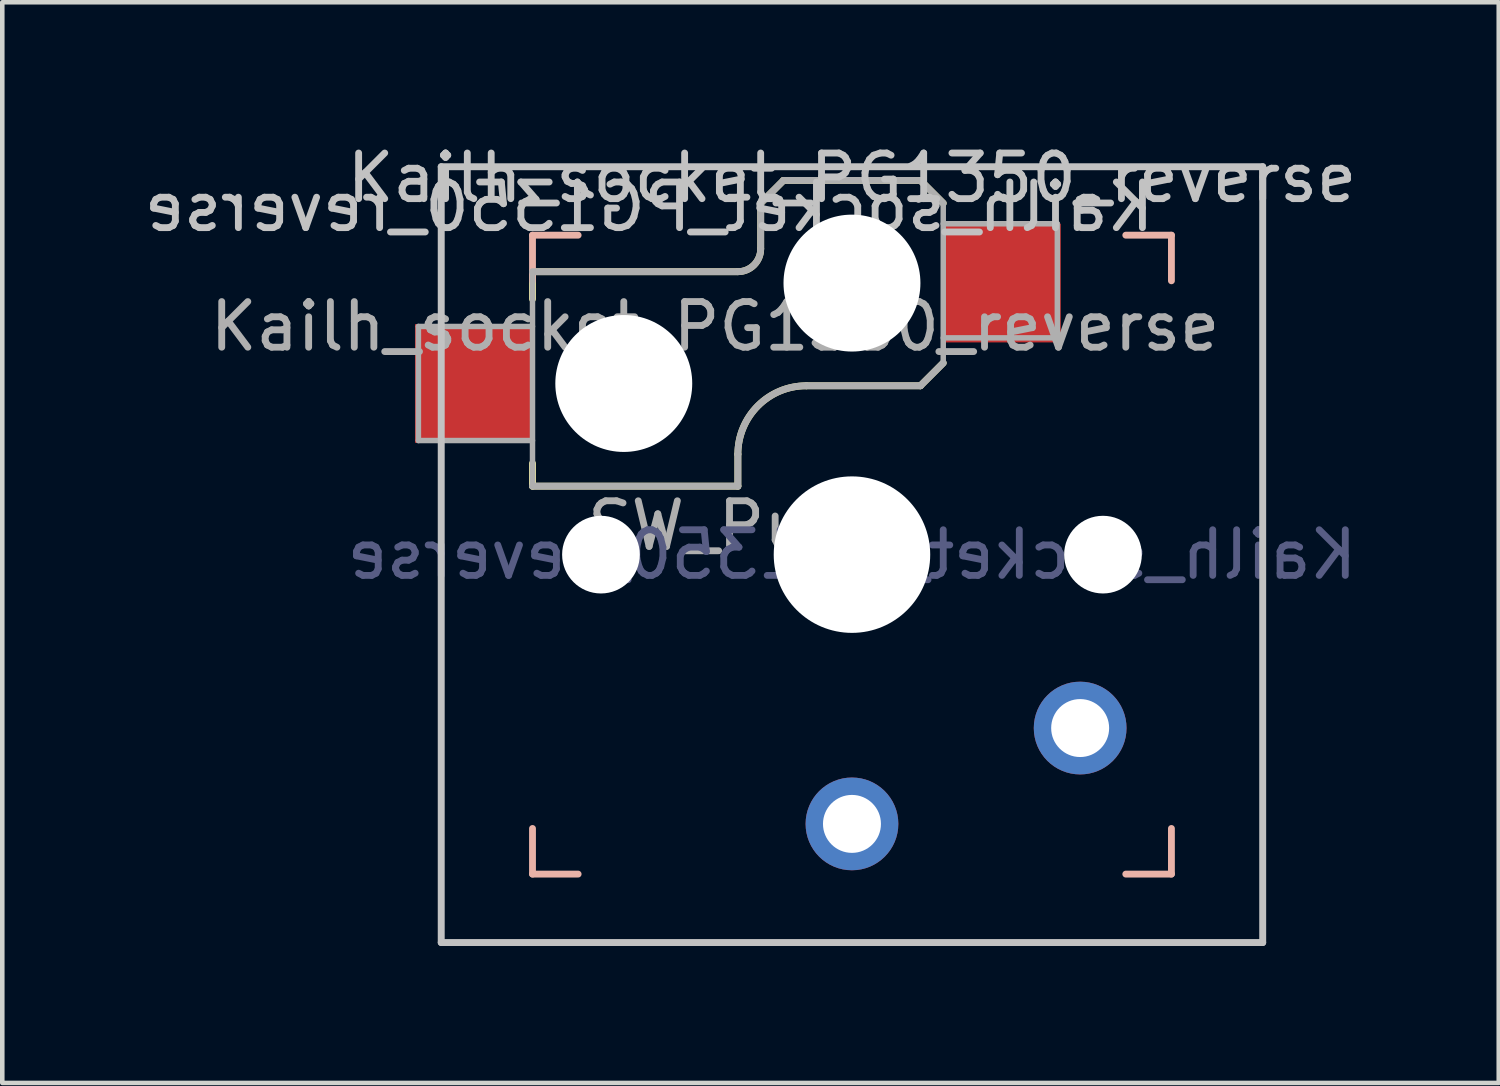
<source format=kicad_pcb>
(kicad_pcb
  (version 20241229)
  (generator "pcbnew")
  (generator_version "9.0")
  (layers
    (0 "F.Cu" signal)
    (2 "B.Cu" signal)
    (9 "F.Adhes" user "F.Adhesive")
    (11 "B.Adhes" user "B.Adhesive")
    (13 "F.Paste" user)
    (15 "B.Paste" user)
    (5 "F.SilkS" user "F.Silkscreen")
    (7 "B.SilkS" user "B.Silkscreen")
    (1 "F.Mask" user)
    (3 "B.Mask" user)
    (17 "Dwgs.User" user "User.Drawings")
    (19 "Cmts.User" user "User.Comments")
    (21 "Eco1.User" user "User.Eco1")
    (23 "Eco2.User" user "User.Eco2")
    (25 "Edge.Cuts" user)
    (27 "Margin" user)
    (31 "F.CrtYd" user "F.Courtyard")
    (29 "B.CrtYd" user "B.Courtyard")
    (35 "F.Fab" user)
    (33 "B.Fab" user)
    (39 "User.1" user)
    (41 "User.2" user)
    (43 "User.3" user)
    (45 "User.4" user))
  (footprint "Kailh_socket_PG1350_reverse"
    (layer "F.Cu")
    (at 15.618 9.103)
    (property "Reference" "Kailh_socket_PG1350_reverse" (at 0 -8.255 0) (layer "Dwgs.User") (effects (font (size 1 1) (thickness 0.15))))
    (property "Value" "SW_Push" (at 0 8.25 0) (layer "B.Fab") (hide yes) (effects (font (size 1 1) (thickness 0.15)) (justify mirror)))
    (attr through_hole)
    (fp_line (start -7 -6.2) (end -7 -5.6) (stroke (width 0.15) (type solid)) (layer "F.SilkS"))
    (fp_line (start -7 -2) (end -7 -1.5) (stroke (width 0.15) (type solid)) (layer "F.SilkS"))
    (fp_line (start -7 -1.5) (end -2.5 -1.5) (stroke (width 0.15) (type solid)) (layer "F.SilkS"))
    (fp_line (start -2.5 -6.2) (end -7 -6.2) (stroke (width 0.15) (type solid)) (layer "F.SilkS"))
    (fp_line (start -2.5 -1.5) (end -2.5 -2.2) (stroke (width 0.15) (type solid)) (layer "F.SilkS"))
    (fp_line (start -2 -7.7) (end -2 -6.7) (stroke (width 0.15) (type solid)) (layer "F.SilkS"))
    (fp_line (start -2 -7.7) (end -1.5 -8.2) (stroke (width 0.15) (type solid)) (layer "F.SilkS"))
    (fp_line (start -1.5 -8.2) (end 1.5 -8.2) (stroke (width 0.15) (type solid)) (layer "F.SilkS"))
    (fp_line (start -1 -3.7) (end 1.5 -3.7) (stroke (width 0.15) (type solid)) (layer "F.SilkS"))
    (fp_line (start 1.5 -8.2) (end 2 -7.7) (stroke (width 0.15) (type solid)) (layer "F.SilkS"))
    (fp_line (start 1.5 -3.7) (end 2 -4.2) (stroke (width 0.15) (type solid)) (layer "F.SilkS"))
    (fp_arc (start -2.5 -2.2) (mid -2.06066 -3.26066) (end -1 -3.7) (stroke (width 0.15) (type solid)) (layer "F.SilkS"))
    (fp_arc (start -2 -6.7) (mid -2.146447 -6.346447) (end -2.5 -6.2) (stroke (width 0.15) (type solid)) (layer "F.SilkS"))
    (fp_line (start -7 -6) (end -7 -7) (stroke (width 0.15) (type solid)) (layer "B.SilkS"))
    (fp_line (start -7 7) (end -7 6) (stroke (width 0.15) (type solid)) (layer "B.SilkS"))
    (fp_line (start -7 7) (end -6 7) (stroke (width 0.15) (type solid)) (layer "B.SilkS"))
    (fp_line (start -6 -7) (end -7 -7) (stroke (width 0.15) (type solid)) (layer "B.SilkS"))
    (fp_line (start 6 7) (end 7 7) (stroke (width 0.15) (type solid)) (layer "B.SilkS"))
    (fp_line (start 7 -7) (end 6 -7) (stroke (width 0.15) (type solid)) (layer "B.SilkS"))
    (fp_line (start 7 -7) (end 7 -6) (stroke (width 0.15) (type solid)) (layer "B.SilkS"))
    (fp_line (start 7 6) (end 7 7) (stroke (width 0.15) (type solid)) (layer "B.SilkS"))
    (fp_line (start -9 -8.5) (end 9 -8.5) (stroke (width 0.152) (type solid)) (layer "Dwgs.User"))
    (fp_line (start -9 8.5) (end -9 -8.5) (stroke (width 0.152) (type solid)) (layer "Dwgs.User"))
    (fp_line (start 9 -8.5) (end 9 8.5) (stroke (width 0.152) (type solid)) (layer "Dwgs.User"))
    (fp_line (start 9 8.5) (end -9 8.5) (stroke (width 0.152) (type solid)) (layer "Dwgs.User"))
    (fp_line (start -6.9 6.9) (end -6.9 -6.9) (stroke (width 0.15) (type solid)) (layer "Eco2.User"))
    (fp_line (start -6.9 6.9) (end 6.9 6.9) (stroke (width 0.15) (type solid)) (layer "Eco2.User"))
    (fp_line (start -2.6 -6.3) (end -2.6 -3.1) (stroke (width 0.15) (type solid)) (layer "Eco2.User"))
    (fp_line (start -2.6 -3.1) (end 2.6 -3.1) (stroke (width 0.15) (type solid)) (layer "Eco2.User"))
    (fp_line (start 2.6 -6.3) (end -2.6 -6.3) (stroke (width 0.15) (type solid)) (layer "Eco2.User"))
    (fp_line (start 2.6 -6.3) (end 2.6 -3.1) (stroke (width 0.15) (type solid)) (layer "Eco2.User"))
    (fp_line (start 6.9 -6.9) (end -6.9 -6.9) (stroke (width 0.15) (type solid)) (layer "Eco2.User"))
    (fp_line (start 6.9 -6.9) (end 6.9 6.9) (stroke (width 0.15) (type solid)) (layer "Eco2.User"))
    (fp_line (start -9.5 -5) (end -7 -5) (stroke (width 0.12) (type solid)) (layer "F.Fab"))
    (fp_line (start -9.5 -2.5) (end -9.5 -5) (stroke (width 0.12) (type solid)) (layer "F.Fab"))
    (fp_line (start -7 -6.2) (end -7 -1.5) (stroke (width 0.12) (type solid)) (layer "F.Fab"))
    (fp_line (start -7 -2.5) (end -9.5 -2.5) (stroke (width 0.12) (type solid)) (layer "F.Fab"))
    (fp_line (start -7 -1.5) (end -2.5 -1.5) (stroke (width 0.15) (type solid)) (layer "F.Fab"))
    (fp_line (start -2.5 -6.2) (end -7 -6.2) (stroke (width 0.15) (type solid)) (layer "F.Fab"))
    (fp_line (start -2.5 -1.5) (end -2.5 -2.2) (stroke (width 0.15) (type solid)) (layer "F.Fab"))
    (fp_line (start -2 -7.7) (end -2 -6.7) (stroke (width 0.15) (type solid)) (layer "F.Fab"))
    (fp_line (start -2 -7.7) (end -1.5 -8.2) (stroke (width 0.15) (type solid)) (layer "F.Fab"))
    (fp_line (start -1.5 -8.2) (end 1.5 -8.2) (stroke (width 0.15) (type solid)) (layer "F.Fab"))
    (fp_line (start -1 -3.7) (end 1.5 -3.7) (stroke (width 0.15) (type solid)) (layer "F.Fab"))
    (fp_line (start 1.5 -8.2) (end 2 -7.7) (stroke (width 0.15) (type solid)) (layer "F.Fab"))
    (fp_line (start 1.5 -3.7) (end 2 -4.2) (stroke (width 0.15) (type solid)) (layer "F.Fab"))
    (fp_line (start 2 -7.7) (end 2 -4.25) (stroke (width 0.12) (type solid)) (layer "F.Fab"))
    (fp_line (start 2 -7.25) (end 4.5 -7.25) (stroke (width 0.12) (type solid)) (layer "F.Fab"))
    (fp_line (start 4.5 -7.25) (end 4.5 -4.75) (stroke (width 0.12) (type solid)) (layer "F.Fab"))
    (fp_line (start 4.5 -4.75) (end 2 -4.75) (stroke (width 0.12) (type solid)) (layer "F.Fab"))
    (fp_arc (start -2.5 -2.2) (mid -2.06066 -3.26066) (end -1 -3.7) (stroke (width 0.15) (type solid)) (layer "F.Fab"))
    (fp_arc (start -2 -6.7) (mid -2.146447 -6.346447) (end -2.5 -6.2) (stroke (width 0.15) (type solid)) (layer "F.Fab"))
    (fp_text user "${REFERENCE}" (at -4.445 -7.62 0) (layer "Dwgs.User") (effects (font (size 1 1) (thickness 0.15)) (justify mirror)))
    (fp_text user "${REFERENCE}" (at 0 0 0) (layer "B.Fab") (effects (font (size 1 1) (thickness 0.15)) (justify mirror)))
    (fp_text user "${REFERENCE}" (at -3 -5 180) (layer "F.Fab") (effects (font (size 1 1) (thickness 0.15))))
    (fp_text user "${VALUE}" (at -2.54 -0.635 0) (layer "F.Fab") (effects (font (size 1 1) (thickness 0.15))))
    (pad "" np_thru_hole circle (at -5.5 0) (size 1.702 1.702) (drill 1.702) (layers "*.Cu" "*.Mask"))
    (pad "" np_thru_hole circle (at -5 -3.75) (size 3 3) (drill 3) (layers "*.Cu" "*.Mask"))
    (pad "" np_thru_hole circle (at 0 -5.95) (size 3 3) (drill 3) (layers "*.Cu" "*.Mask"))
    (pad "" np_thru_hole circle (at 0 0) (size 3.429 3.429) (drill 3.429) (layers "*.Cu" "*.Mask"))
    (pad "" np_thru_hole circle (at 5.5 0) (size 1.702 1.702) (drill 1.702) (layers "*.Cu" "*.Mask"))
    (pad "1" thru_hole circle (at 0 5.9) (size 2.032 2.032) (drill 1.27) (layers "*.Cu" "*.Mask"))
    (pad "1" smd rect (at 3.275 -5.95) (size 2.6 2.6) (layers "F.Cu" "F.Mask" "F.Paste"))
    (pad "2" smd rect (at -8.275 -3.75) (size 2.6 2.6) (layers "F.Cu" "F.Mask" "F.Paste"))
    (pad "2" thru_hole circle (at 5 3.8) (size 2.032 2.032) (drill 1.27) (layers "*.Cu" "*.Mask")))
  (gr_rect
    (start -3 -3)
    (end 29.79 20.679)
    (stroke (width 0.1) (type default))
    (fill no)
    (layer "Edge.Cuts")))
</source>
